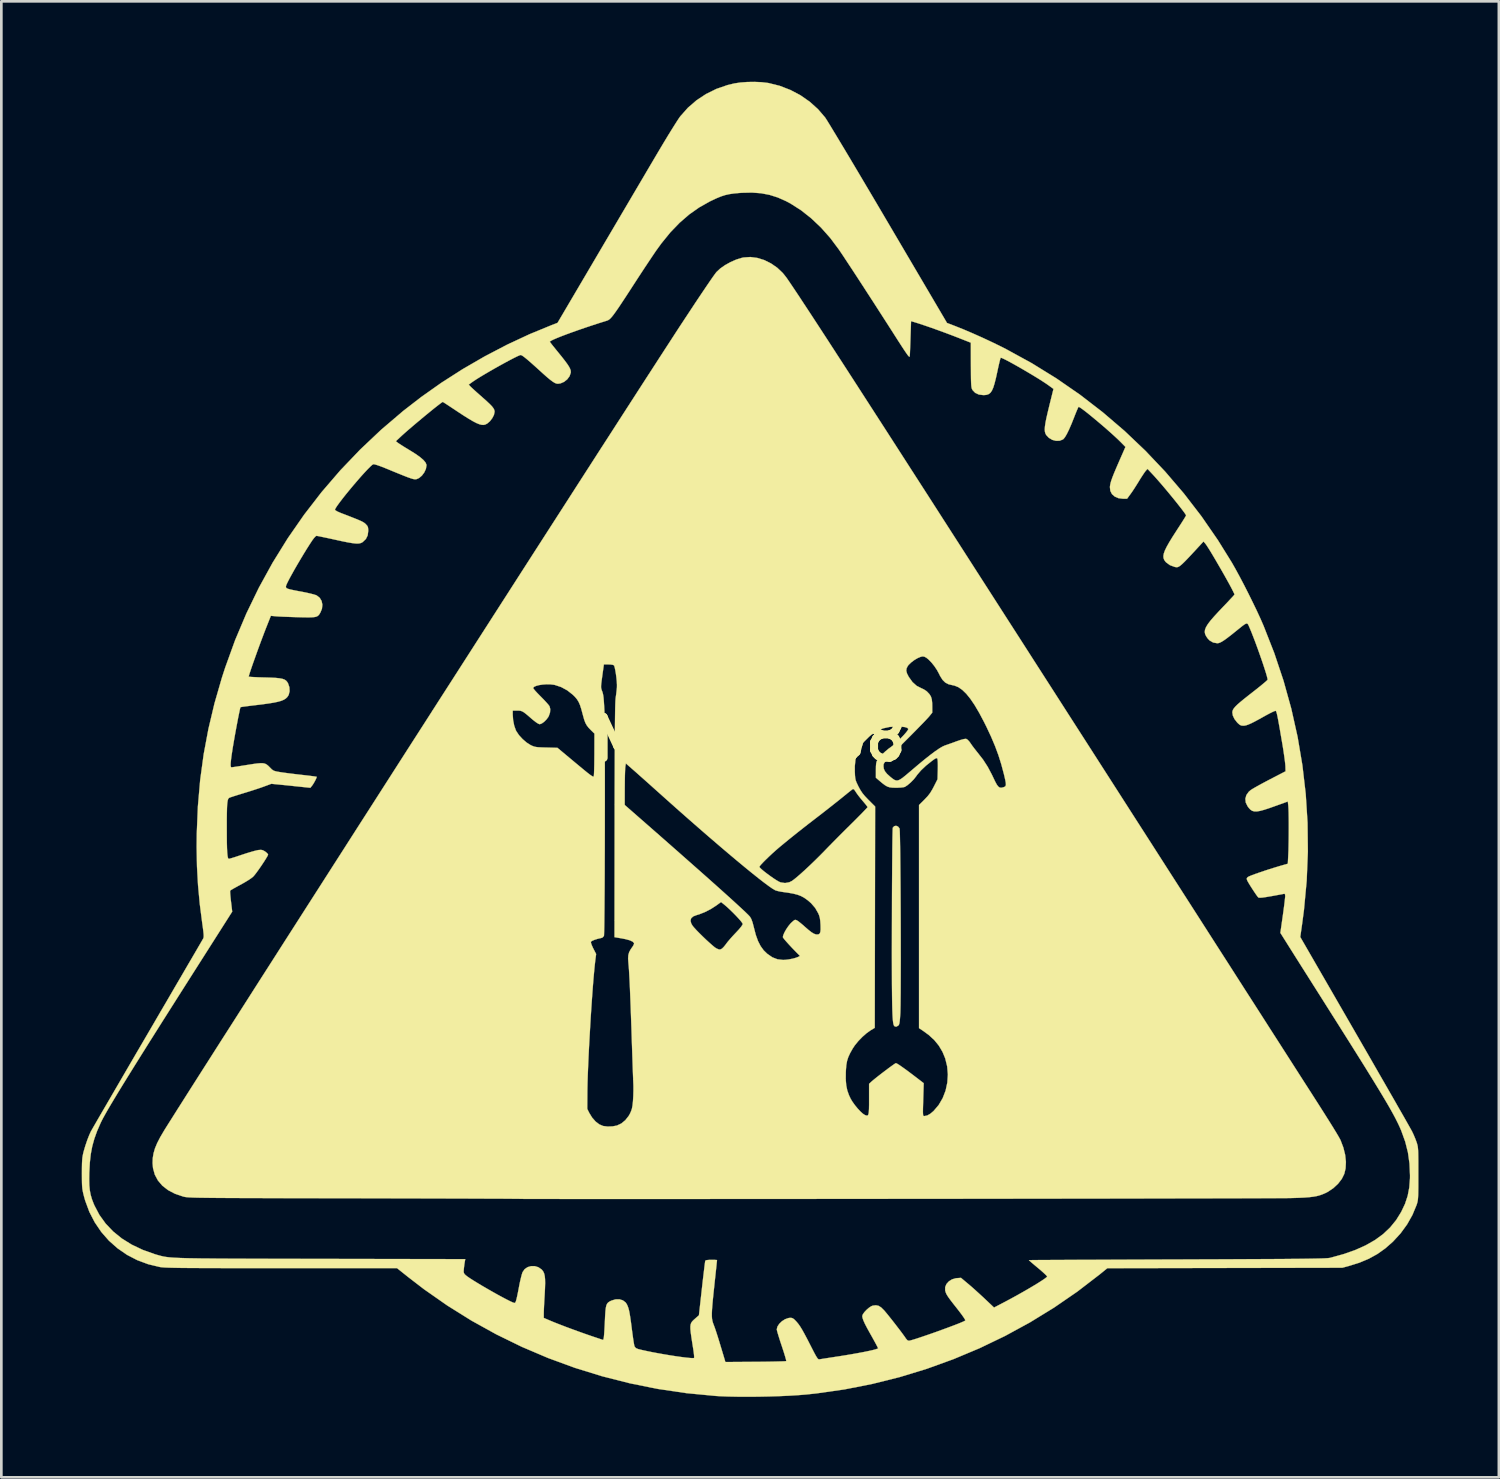
<source format=kicad_pcb>
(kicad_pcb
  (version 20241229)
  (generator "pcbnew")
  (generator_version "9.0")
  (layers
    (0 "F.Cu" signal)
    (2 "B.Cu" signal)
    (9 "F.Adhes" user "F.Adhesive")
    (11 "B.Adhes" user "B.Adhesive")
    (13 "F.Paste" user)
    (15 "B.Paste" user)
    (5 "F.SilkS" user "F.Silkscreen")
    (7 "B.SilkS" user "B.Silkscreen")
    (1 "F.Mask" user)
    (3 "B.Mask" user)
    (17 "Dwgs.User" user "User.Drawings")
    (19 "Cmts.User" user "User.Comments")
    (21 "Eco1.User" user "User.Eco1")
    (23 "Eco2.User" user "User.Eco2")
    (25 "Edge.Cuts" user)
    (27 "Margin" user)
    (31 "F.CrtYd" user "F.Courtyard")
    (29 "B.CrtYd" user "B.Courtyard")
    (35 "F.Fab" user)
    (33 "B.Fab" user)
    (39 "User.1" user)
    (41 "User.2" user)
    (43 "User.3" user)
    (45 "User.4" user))
  (footprint "MA_LOGO8"
    (layer "F.Cu")
    (at 24.911 24.53)
    (property "Reference" "MA_LOGO8" (at 0 0 0) (layer "F.SilkS") (effects (font (size 1.524 1.524) (thickness 0.3))))
    (attr through_hole)
    (fp_poly (pts (xy 5.538 3.253) (xy 5.592 3.319) (xy 5.596 3.327) (xy 5.6 3.365) (xy 5.605 3.456) (xy 5.609 3.594) (xy 5.613 3.777) (xy 5.617 3.999) (xy 5.621 4.256) (xy 5.624 4.544) (xy 5.627 4.858) (xy 5.63 5.196) (xy 5.633 5.551) (xy 5.635 5.921) (xy 5.637 6.301) (xy 5.639 6.686) (xy 5.64 7.073) (xy 5.641 7.456) (xy 5.641 7.833) (xy 5.642 8.198) (xy 5.641 8.548) (xy 5.64 8.878) (xy 5.639 9.183) (xy 5.638 9.461) (xy 5.635 9.706) (xy 5.633 9.914) (xy 5.629 10.081) (xy 5.626 10.203) (xy 5.623 10.252) (xy 5.612 10.411) (xy 5.601 10.523) (xy 5.589 10.598) (xy 5.574 10.645) (xy 5.553 10.673) (xy 5.544 10.681) (xy 5.473 10.72) (xy 5.418 10.709) (xy 5.393 10.685) (xy 5.38 10.661) (xy 5.368 10.622) (xy 5.357 10.565) (xy 5.348 10.487) (xy 5.34 10.386) (xy 5.333 10.258) (xy 5.327 10.102) (xy 5.322 9.914) (xy 5.318 9.693) (xy 5.315 9.435) (xy 5.312 9.137) (xy 5.311 8.798) (xy 5.31 8.414) (xy 5.309 7.983) (xy 5.31 7.502) (xy 5.311 6.969) (xy 5.312 6.66) (xy 5.313 6.232) (xy 5.314 5.818) (xy 5.316 5.424) (xy 5.319 5.052) (xy 5.321 4.706) (xy 5.324 4.389) (xy 5.326 4.106) (xy 5.329 3.859) (xy 5.332 3.652) (xy 5.336 3.489) (xy 5.339 3.374) (xy 5.342 3.309) (xy 5.344 3.296) (xy 5.397 3.239) (xy 5.467 3.225) (xy 5.538 3.253)) (stroke (width 0.01) (type solid)) (fill yes) (layer "F.SilkS"))
    (fp_poly (pts (xy 0.291 -17.958) (xy 0.55 -17.878) (xy 0.799 -17.754) (xy 1.033 -17.592) (xy 1.241 -17.395) (xy 1.379 -17.221) (xy 1.465 -17.096) (xy 1.572 -16.938) (xy 1.701 -16.745) (xy 1.853 -16.517) (xy 2.027 -16.252) (xy 2.225 -15.951) (xy 2.447 -15.612) (xy 2.693 -15.235) (xy 2.964 -14.818) (xy 3.26 -14.361) (xy 3.582 -13.864) (xy 3.931 -13.324) (xy 4.306 -12.743) (xy 4.709 -12.118) (xy 5.14 -11.45) (xy 5.599 -10.737) (xy 6.087 -9.978) (xy 6.605 -9.174) (xy 7.041 -8.495) (xy 7.493 -7.791) (xy 7.974 -7.043) (xy 8.479 -6.256) (xy 9.008 -5.433) (xy 9.556 -4.579) (xy 10.123 -3.697) (xy 10.704 -2.791) (xy 11.299 -1.865) (xy 11.903 -0.923) (xy 12.515 0.03) (xy 13.132 0.992) (xy 13.751 1.957) (xy 14.37 2.923) (xy 14.987 3.884) (xy 15.598 4.838) (xy 16.202 5.779) (xy 16.796 6.705) (xy 17.376 7.611) (xy 17.942 8.493) (xy 18.489 9.348) (xy 18.965 10.089) (xy 19.189 10.439) (xy 19.406 10.779) (xy 19.615 11.104) (xy 19.813 11.413) (xy 19.997 11.7) (xy 20.166 11.964) (xy 20.318 12.201) (xy 20.45 12.407) (xy 20.56 12.579) (xy 20.646 12.713) (xy 20.706 12.807) (xy 20.737 12.855) (xy 20.994 13.255) (xy 21.225 13.616) (xy 21.429 13.937) (xy 21.606 14.218) (xy 21.755 14.456) (xy 21.875 14.652) (xy 21.965 14.804) (xy 22.025 14.911) (xy 22.049 14.958) (xy 22.152 15.23) (xy 22.219 15.501) (xy 22.247 15.763) (xy 22.235 16.006) (xy 22.187 16.209) (xy 22.094 16.397) (xy 21.955 16.578) (xy 21.78 16.741) (xy 21.58 16.876) (xy 21.489 16.923) (xy 21.38 16.97) (xy 21.272 17.009) (xy 21.158 17.039) (xy 21.029 17.062) (xy 20.877 17.08) (xy 20.694 17.094) (xy 20.473 17.104) (xy 20.204 17.112) (xy 20.151 17.113) (xy 20.078 17.114) (xy 19.952 17.115) (xy 19.775 17.116) (xy 19.549 17.117) (xy 19.276 17.118) (xy 18.957 17.12) (xy 18.596 17.121) (xy 18.194 17.122) (xy 17.753 17.123) (xy 17.276 17.124) (xy 16.763 17.125) (xy 16.219 17.126) (xy 15.644 17.127) (xy 15.04 17.128) (xy 14.41 17.13) (xy 13.756 17.131) (xy 13.08 17.132) (xy 12.383 17.133) (xy 11.669 17.134) (xy 10.938 17.135) (xy 10.194 17.136) (xy 9.438 17.137) (xy 8.672 17.138) (xy 7.899 17.139) (xy 7.12 17.139) (xy 6.337 17.14) (xy 5.553 17.141) (xy 4.77 17.142) (xy 3.989 17.143) (xy 3.214 17.143) (xy 2.445 17.144) (xy 1.685 17.144) (xy 0.936 17.145) (xy 0.2 17.146) (xy -0.52 17.146) (xy -1.224 17.146) (xy -1.908 17.147) (xy -2.57 17.147) (xy -3.209 17.147) (xy -3.823 17.147) (xy -4.409 17.147) (xy -4.965 17.147) (xy -5.489 17.147) (xy -5.98 17.147) (xy -6.435 17.147) (xy -6.851 17.147) (xy -7.228 17.146) (xy -7.562 17.146) (xy -7.852 17.146) (xy -8.096 17.145) (xy -8.292 17.144) (xy -8.437 17.144) (xy -8.529 17.143) (xy -8.565 17.142) (xy -8.61 17.141) (xy -8.708 17.14) (xy -8.857 17.139) (xy -9.054 17.137) (xy -9.298 17.136) (xy -9.584 17.135) (xy -9.911 17.134) (xy -10.275 17.132) (xy -10.675 17.131) (xy -11.107 17.13) (xy -11.569 17.128) (xy -12.058 17.127) (xy -12.572 17.126) (xy -13.107 17.125) (xy -13.661 17.123) (xy -14.232 17.122) (xy -14.817 17.121) (xy -14.831 17.121) (xy -15.522 17.12) (xy -16.158 17.119) (xy -16.743 17.118) (xy -17.278 17.117) (xy -17.766 17.115) (xy -18.209 17.114) (xy -18.609 17.113) (xy -18.969 17.112) (xy -19.291 17.11) (xy -19.577 17.109) (xy -19.83 17.107) (xy -20.051 17.106) (xy -20.244 17.103) (xy -20.409 17.101) (xy -20.551 17.099) (xy -20.671 17.096) (xy -20.77 17.093) (xy -20.853 17.089) (xy -20.92 17.086) (xy -20.974 17.081) (xy -21.018 17.077) (xy -21.054 17.072) (xy -21.084 17.066) (xy -21.11 17.06) (xy -21.134 17.054) (xy -21.138 17.053) (xy -21.438 16.95) (xy -21.694 16.815) (xy -21.905 16.651) (xy -22.069 16.458) (xy -22.186 16.24) (xy -22.253 15.996) (xy -22.269 15.809) (xy -22.263 15.626) (xy -22.234 15.446) (xy -22.18 15.26) (xy -22.097 15.06) (xy -21.982 14.838) (xy -21.832 14.584) (xy -21.801 14.533) (xy -21.679 14.339) (xy -21.527 14.099) (xy -21.348 13.815) (xy -21.33 13.787) (xy -6.054 13.787) (xy -5.976 13.942) (xy -5.87 14.114) (xy -5.743 14.258) (xy -5.604 14.364) (xy -5.465 14.423) (xy -5.294 14.445) (xy -5.108 14.438) (xy -4.948 14.408) (xy -4.784 14.331) (xy -4.634 14.208) (xy -4.508 14.048) (xy -4.459 13.96) (xy -4.417 13.865) (xy -4.387 13.773) (xy -4.367 13.666) (xy -4.351 13.526) (xy -4.347 13.475) (xy -4.337 13.305) (xy -4.332 13.114) (xy -4.332 12.934) (xy -4.334 12.869) (xy -4.338 12.778) (xy -4.341 12.692) (xy 3.589 12.692) (xy 3.607 12.907) (xy 3.646 13.097) (xy 3.71 13.277) (xy 3.771 13.406) (xy 3.841 13.523) (xy 3.932 13.649) (xy 4.034 13.773) (xy 4.137 13.883) (xy 4.23 13.967) (xy 4.302 14.014) (xy 4.352 14.032) (xy 4.39 14.036) (xy 4.418 14.021) (xy 4.437 13.978) (xy 4.449 13.904) (xy 4.456 13.791) (xy 4.459 13.634) (xy 4.459 13.427) (xy 4.459 12.852) (xy 4.537 12.779) (xy 4.601 12.723) (xy 4.694 12.647) (xy 4.807 12.557) (xy 4.932 12.46) (xy 5.06 12.363) (xy 5.183 12.27) (xy 5.293 12.19) (xy 5.382 12.127) (xy 5.441 12.088) (xy 5.461 12.079) (xy 5.502 12.097) (xy 5.585 12.148) (xy 5.707 12.233) (xy 5.866 12.347) (xy 6.058 12.491) (xy 6.221 12.615) (xy 6.497 12.827) (xy 6.479 13.441) (xy 6.473 13.642) (xy 6.469 13.793) (xy 6.468 13.902) (xy 6.471 13.976) (xy 6.476 14.021) (xy 6.486 14.044) (xy 6.5 14.053) (xy 6.516 14.055) (xy 6.63 14.032) (xy 6.751 13.962) (xy 6.867 13.863) (xy 7.057 13.639) (xy 7.206 13.383) (xy 7.314 13.103) (xy 7.378 12.806) (xy 7.398 12.502) (xy 7.372 12.198) (xy 7.299 11.901) (xy 7.199 11.659) (xy 7.061 11.426) (xy 6.893 11.22) (xy 6.687 11.03) (xy 6.47 10.872) (xy 6.322 10.773) (xy 6.322 2.451) (xy 6.527 2.247) (xy 6.645 2.122) (xy 6.738 2.002) (xy 6.822 1.863) (xy 6.873 1.767) (xy 7.013 1.49) (xy 7.023 1.128) (xy 7.025 0.988) (xy 7.023 0.865) (xy 7.017 0.772) (xy 7.008 0.723) (xy 7.007 0.721) (xy 6.988 0.702) (xy 6.958 0.704) (xy 6.905 0.733) (xy 6.821 0.792) (xy 6.8 0.808) (xy 6.583 0.981) (xy 6.398 1.156) (xy 6.254 1.323) (xy 6.218 1.375) (xy 6.127 1.491) (xy 6.012 1.608) (xy 5.892 1.71) (xy 5.794 1.774) (xy 5.74 1.788) (xy 5.645 1.799) (xy 5.527 1.805) (xy 5.47 1.806) (xy 5.335 1.803) (xy 5.23 1.791) (xy 5.141 1.762) (xy 5.052 1.711) (xy 4.948 1.632) (xy 4.861 1.559) (xy 4.713 1.432) (xy 4.713 1.147) (xy 4.715 1.004) (xy 4.716 0.995) (xy 4.996 0.995) (xy 5.008 1.098) (xy 5.05 1.191) (xy 5.128 1.288) (xy 5.25 1.398) (xy 5.253 1.401) (xy 5.337 1.468) (xy 5.407 1.514) (xy 5.47 1.536) (xy 5.535 1.533) (xy 5.61 1.502) (xy 5.702 1.441) (xy 5.82 1.347) (xy 5.971 1.219) (xy 6.002 1.193) (xy 6.287 0.951) (xy 6.535 0.746) (xy 6.748 0.578) (xy 6.927 0.444) (xy 7.076 0.342) (xy 7.196 0.271) (xy 7.291 0.228) (xy 7.3 0.226) (xy 7.371 0.201) (xy 7.479 0.163) (xy 7.608 0.117) (xy 7.712 0.078) (xy 7.873 0.023) (xy 7.994 -0.01) (xy 8.071 -0.019) (xy 8.083 -0.017) (xy 8.139 0.018) (xy 8.206 0.092) (xy 8.243 0.145) (xy 8.306 0.236) (xy 8.391 0.349) (xy 8.481 0.463) (xy 8.504 0.491) (xy 8.711 0.756) (xy 8.884 1.024) (xy 9.04 1.318) (xy 9.084 1.411) (xy 9.161 1.572) (xy 9.223 1.687) (xy 9.277 1.76) (xy 9.33 1.798) (xy 9.388 1.807) (xy 9.457 1.792) (xy 9.495 1.779) (xy 9.531 1.761) (xy 9.554 1.733) (xy 9.563 1.689) (xy 9.558 1.619) (xy 9.539 1.515) (xy 9.506 1.369) (xy 9.485 1.283) (xy 9.39 0.927) (xy 9.283 0.587) (xy 9.158 0.25) (xy 9.011 -0.098) (xy 8.836 -0.471) (xy 8.747 -0.649) (xy 8.567 -0.989) (xy 8.398 -1.276) (xy 8.238 -1.512) (xy 8.085 -1.701) (xy 7.937 -1.844) (xy 7.791 -1.945) (xy 7.647 -2.004) (xy 7.575 -2.019) (xy 7.423 -2.055) (xy 7.301 -2.119) (xy 7.2 -2.219) (xy 7.109 -2.363) (xy 7.071 -2.441) (xy 6.993 -2.585) (xy 6.894 -2.733) (xy 6.784 -2.869) (xy 6.675 -2.981) (xy 6.59 -3.048) (xy 6.515 -3.086) (xy 6.449 -3.092) (xy 6.385 -3.078) (xy 6.274 -3.032) (xy 6.148 -2.958) (xy 6.028 -2.867) (xy 5.934 -2.776) (xy 5.906 -2.74) (xy 5.859 -2.649) (xy 5.847 -2.56) (xy 5.873 -2.459) (xy 5.937 -2.333) (xy 5.941 -2.327) (xy 6.079 -2.135) (xy 6.235 -1.995) (xy 6.396 -1.913) (xy 6.499 -1.865) (xy 6.596 -1.802) (xy 6.625 -1.777) (xy 6.711 -1.686) (xy 6.767 -1.595) (xy 6.799 -1.49) (xy 6.813 -1.354) (xy 6.815 -1.253) (xy 6.816 -0.997) (xy 6.704 -0.858) (xy 6.66 -0.808) (xy 6.58 -0.722) (xy 6.471 -0.608) (xy 6.336 -0.47) (xy 6.182 -0.312) (xy 6.013 -0.141) (xy 5.834 0.038) (xy 5.794 0.078) (xy 5.595 0.277) (xy 5.432 0.441) (xy 5.301 0.573) (xy 5.2 0.677) (xy 5.124 0.759) (xy 5.069 0.822) (xy 5.033 0.87) (xy 5.011 0.907) (xy 5 0.938) (xy 4.996 0.967) (xy 4.996 0.995) (xy 4.716 0.995) (xy 4.723 0.904) (xy 4.739 0.833) (xy 4.764 0.779) (xy 4.766 0.776) (xy 4.838 0.68) (xy 4.942 0.567) (xy 5.063 0.453) (xy 5.186 0.35) (xy 5.257 0.3) (xy 5.342 0.235) (xy 5.444 0.149) (xy 5.552 0.048) (xy 5.659 -0.058) (xy 5.758 -0.162) (xy 5.84 -0.256) (xy 5.897 -0.331) (xy 5.921 -0.379) (xy 5.922 -0.386) (xy 5.887 -0.427) (xy 5.799 -0.456) (xy 5.658 -0.473) (xy 5.503 -0.478) (xy 5.224 -0.462) (xy 4.977 -0.408) (xy 4.753 -0.31) (xy 4.54 -0.166) (xy 4.463 -0.101) (xy 4.268 0.093) (xy 4.121 0.289) (xy 4.017 0.499) (xy 3.954 0.732) (xy 3.927 0.997) (xy 3.927 1.204) (xy 3.933 1.342) (xy 3.942 1.442) (xy 3.959 1.524) (xy 3.989 1.605) (xy 4.036 1.704) (xy 4.064 1.762) (xy 4.136 1.893) (xy 4.21 2.006) (xy 4.301 2.117) (xy 4.422 2.244) (xy 4.438 2.26) (xy 4.685 2.507) (xy 4.678 6.635) (xy 4.671 10.763) (xy 4.516 10.855) (xy 4.368 10.96) (xy 4.21 11.099) (xy 4.057 11.257) (xy 3.925 11.419) (xy 3.85 11.532) (xy 3.753 11.704) (xy 3.684 11.853) (xy 3.638 11.997) (xy 3.61 12.153) (xy 3.595 12.34) (xy 3.591 12.438) (xy 3.589 12.692) (xy -4.341 12.692) (xy -4.343 12.638) (xy -4.35 12.457) (xy -4.358 12.241) (xy -4.366 11.999) (xy -4.375 11.738) (xy -4.384 11.465) (xy -4.39 11.289) (xy -4.406 10.785) (xy -4.422 10.336) (xy -4.436 9.937) (xy -4.45 9.587) (xy -4.462 9.283) (xy -4.474 9.022) (xy -4.486 8.802) (xy -4.496 8.62) (xy -4.507 8.473) (xy -4.517 8.359) (xy -4.518 8.347) (xy -4.53 8.18) (xy -4.522 8.05) (xy -4.491 7.939) (xy -4.431 7.83) (xy -4.365 7.737) (xy -4.324 7.669) (xy -4.308 7.614) (xy -4.309 7.602) (xy -4.359 7.548) (xy -4.464 7.498) (xy -4.625 7.454) (xy -4.768 7.426) (xy -5.038 7.38) (xy -5.037 6.766) (xy -2.203 6.766) (xy -2.173 6.874) (xy -2.121 6.96) (xy -2.062 7.03) (xy -1.974 7.126) (xy -1.865 7.237) (xy -1.743 7.357) (xy -1.618 7.477) (xy -1.496 7.588) (xy -1.388 7.684) (xy -1.301 7.756) (xy -1.244 7.795) (xy -1.242 7.796) (xy -1.16 7.833) (xy -1.105 7.842) (xy -1.056 7.824) (xy -1.023 7.802) (xy -0.972 7.754) (xy -0.909 7.679) (xy -0.87 7.626) (xy -0.815 7.554) (xy -0.731 7.455) (xy -0.63 7.341) (xy -0.522 7.226) (xy -0.517 7.221) (xy -0.395 7.09) (xy -0.31 6.987) (xy -0.263 6.915) (xy -0.254 6.887) (xy -0.274 6.847) (xy -0.327 6.777) (xy -0.408 6.685) (xy -0.507 6.578) (xy -0.618 6.465) (xy -0.733 6.353) (xy -0.844 6.25) (xy -0.944 6.165) (xy -0.958 6.154) (xy -1.063 6.07) (xy -1.246 6.203) (xy -1.443 6.33) (xy -1.66 6.442) (xy -1.875 6.527) (xy -1.973 6.556) (xy -2.102 6.606) (xy -2.179 6.677) (xy -2.203 6.766) (xy -5.037 6.766) (xy -5.033 3.034) (xy -5.033 2.448) (xy -4.657 2.448) (xy -3.662 3.319) (xy -3.173 3.748) (xy -2.715 4.151) (xy -2.289 4.527) (xy -1.895 4.875) (xy -1.535 5.194) (xy -1.21 5.484) (xy -0.92 5.744) (xy -0.667 5.972) (xy -0.452 6.169) (xy -0.275 6.332) (xy -0.138 6.461) (xy -0.042 6.555) (xy 0.013 6.614) (xy 0.018 6.621) (xy 0.068 6.708) (xy 0.114 6.836) (xy 0.16 7.014) (xy 0.161 7.018) (xy 0.233 7.295) (xy 0.316 7.525) (xy 0.413 7.714) (xy 0.528 7.872) (xy 0.666 8.005) (xy 0.668 8.006) (xy 0.852 8.132) (xy 1.041 8.205) (xy 1.245 8.229) (xy 1.326 8.227) (xy 1.464 8.21) (xy 1.61 8.182) (xy 1.716 8.153) (xy 1.803 8.121) (xy 1.86 8.093) (xy 1.876 8.076) (xy 1.876 8.076) (xy 1.731 7.929) (xy 1.594 7.788) (xy 1.473 7.658) (xy 1.372 7.546) (xy 1.296 7.458) (xy 1.252 7.398) (xy 1.242 7.377) (xy 1.259 7.303) (xy 1.304 7.2) (xy 1.369 7.085) (xy 1.446 6.972) (xy 1.524 6.876) (xy 1.556 6.843) (xy 1.63 6.776) (xy 1.679 6.741) (xy 1.715 6.734) (xy 1.755 6.748) (xy 1.771 6.756) (xy 1.825 6.792) (xy 1.907 6.857) (xy 2.004 6.938) (xy 2.057 6.986) (xy 2.199 7.109) (xy 2.309 7.195) (xy 2.397 7.249) (xy 2.47 7.276) (xy 2.515 7.281) (xy 2.577 7.274) (xy 2.618 7.245) (xy 2.641 7.187) (xy 2.651 7.091) (xy 2.649 6.948) (xy 2.648 6.922) (xy 2.638 6.772) (xy 2.622 6.66) (xy 2.595 6.566) (xy 2.564 6.491) (xy 2.448 6.289) (xy 2.297 6.114) (xy 2.177 6.009) (xy 2.055 5.921) (xy 1.931 5.851) (xy 1.795 5.798) (xy 1.632 5.756) (xy 1.433 5.721) (xy 1.287 5.701) (xy 1.162 5.682) (xy 1.049 5.658) (xy 0.966 5.633) (xy 0.949 5.625) (xy 0.85 5.566) (xy 0.712 5.47) (xy 0.537 5.34) (xy 0.328 5.178) (xy 0.087 4.985) (xy -0.185 4.763) (xy -0.193 4.756) (xy 0.367 4.756) (xy 0.389 4.79) (xy 0.449 4.848) (xy 0.538 4.923) (xy 0.647 5.007) (xy 0.765 5.094) (xy 0.884 5.178) (xy 0.994 5.25) (xy 1.086 5.304) (xy 1.151 5.334) (xy 1.153 5.335) (xy 1.324 5.361) (xy 1.483 5.332) (xy 1.583 5.282) (xy 1.666 5.221) (xy 1.782 5.126) (xy 1.924 5.002) (xy 2.086 4.855) (xy 2.26 4.692) (xy 2.441 4.518) (xy 2.621 4.34) (xy 2.795 4.163) (xy 2.822 4.135) (xy 2.947 4.006) (xy 3.102 3.848) (xy 3.278 3.67) (xy 3.463 3.484) (xy 3.649 3.299) (xy 3.803 3.147) (xy 3.954 2.997) (xy 4.091 2.859) (xy 4.209 2.739) (xy 4.303 2.641) (xy 4.369 2.571) (xy 4.401 2.534) (xy 4.403 2.529) (xy 4.385 2.499) (xy 4.338 2.436) (xy 4.269 2.353) (xy 4.22 2.296) (xy 4.131 2.189) (xy 4.047 2.082) (xy 3.982 1.99) (xy 3.963 1.961) (xy 3.909 1.881) (xy 3.867 1.853) (xy 3.852 1.856) (xy 3.818 1.88) (xy 3.749 1.934) (xy 3.653 2.01) (xy 3.539 2.103) (xy 3.466 2.162) (xy 3.34 2.264) (xy 3.18 2.391) (xy 3 2.533) (xy 2.811 2.681) (xy 2.626 2.825) (xy 2.554 2.88) (xy 2.148 3.193) (xy 1.778 3.484) (xy 1.447 3.75) (xy 1.158 3.988) (xy 1.084 4.05) (xy 0.962 4.156) (xy 0.834 4.271) (xy 0.71 4.388) (xy 0.595 4.5) (xy 0.496 4.6) (xy 0.421 4.681) (xy 0.376 4.737) (xy 0.367 4.756) (xy -0.193 4.756) (xy -0.484 4.515) (xy -0.809 4.242) (xy -1.156 3.946) (xy -1.525 3.629) (xy -1.912 3.293) (xy -2.315 2.94) (xy -2.732 2.572) (xy -3.16 2.19) (xy -3.398 1.977) (xy -3.576 1.818) (xy -3.755 1.657) (xy -3.928 1.503) (xy -4.085 1.364) (xy -4.218 1.245) (xy -4.319 1.156) (xy -4.329 1.148) (xy -4.614 0.898) (xy -4.633 1.021) (xy -4.639 1.084) (xy -4.644 1.194) (xy -4.649 1.341) (xy -4.652 1.514) (xy -4.654 1.704) (xy -4.655 1.795) (xy -4.657 2.448) (xy -5.033 2.448) (xy -5.033 2.409) (xy -5.032 1.839) (xy -5.03 1.321) (xy -5.029 0.854) (xy -5.028 0.435) (xy -5.026 0.062) (xy -5.024 -0.266) (xy -5.021 -0.552) (xy -5.018 -0.798) (xy -5.015 -1.005) (xy -5.012 -1.176) (xy -5.008 -1.313) (xy -5.004 -1.418) (xy -4.999 -1.493) (xy -4.995 -1.538) (xy -4.976 -1.676) (xy -4.959 -1.82) (xy -4.947 -1.939) (xy -4.947 -1.94) (xy -4.946 -2.036) (xy -4.953 -2.16) (xy -4.967 -2.3) (xy -4.985 -2.442) (xy -5.007 -2.572) (xy -5.029 -2.678) (xy -5.05 -2.745) (xy -5.058 -2.759) (xy -5.104 -2.78) (xy -5.193 -2.792) (xy -5.261 -2.794) (xy -5.434 -2.794) (xy -5.494 -2.364) (xy -5.516 -2.2) (xy -5.531 -2.081) (xy -5.538 -1.996) (xy -5.538 -1.934) (xy -5.53 -1.885) (xy -5.515 -1.836) (xy -5.498 -1.792) (xy -5.477 -1.73) (xy -5.46 -1.653) (xy -5.446 -1.553) (xy -5.435 -1.421) (xy -5.424 -1.248) (xy -5.415 -1.072) (xy -5.411 -0.975) (xy -5.408 -0.83) (xy -5.406 -0.64) (xy -5.404 -0.41) (xy -5.402 -0.143) (xy -5.4 0.157) (xy -5.399 0.486) (xy -5.398 0.841) (xy -5.397 1.216) (xy -5.397 1.61) (xy -5.397 2.017) (xy -5.397 2.434) (xy -5.398 2.857) (xy -5.398 3.282) (xy -5.399 3.706) (xy -5.4 4.125) (xy -5.402 4.534) (xy -5.403 4.93) (xy -5.405 5.309) (xy -5.407 5.667) (xy -5.41 6.001) (xy -5.412 6.306) (xy -5.415 6.579) (xy -5.417 6.816) (xy -5.42 7.013) (xy -5.424 7.166) (xy -5.427 7.271) (xy -5.43 7.325) (xy -5.431 7.331) (xy -5.477 7.388) (xy -5.528 7.41) (xy -5.663 7.441) (xy -5.78 7.478) (xy -5.868 7.515) (xy -5.915 7.548) (xy -5.918 7.554) (xy -5.914 7.598) (xy -5.887 7.676) (xy -5.843 7.774) (xy -5.829 7.803) (xy -5.723 8.009) (xy -5.754 8.245) (xy -5.775 8.431) (xy -5.798 8.667) (xy -5.823 8.945) (xy -5.848 9.259) (xy -5.873 9.601) (xy -5.898 9.965) (xy -5.923 10.343) (xy -5.946 10.729) (xy -5.968 11.116) (xy -5.989 11.496) (xy -6.007 11.864) (xy -6.022 12.21) (xy -6.035 12.53) (xy -6.044 12.816) (xy -6.049 13.06) (xy -6.05 13.137) (xy -6.054 13.787) (xy -21.33 13.787) (xy -21.141 13.489) (xy -20.909 13.123) (xy -20.652 12.719) (xy -20.371 12.278) (xy -20.068 11.803) (xy -19.744 11.294) (xy -19.399 10.755) (xy -19.036 10.187) (xy -18.656 9.591) (xy -18.259 8.969) (xy -17.846 8.324) (xy -17.42 7.657) (xy -16.98 6.97) (xy -16.529 6.265) (xy -16.067 5.544) (xy -15.596 4.808) (xy -15.116 4.059) (xy -14.63 3.299) (xy -14.137 2.531) (xy -13.64 1.755) (xy -13.139 0.973) (xy -12.636 0.188) (xy -12.131 -0.598) (xy -11.827 -1.072) (xy -8.834 -1.072) (xy -8.834 -0.922) (xy -8.819 -0.712) (xy -8.779 -0.511) (xy -8.718 -0.339) (xy -8.7 -0.304) (xy -8.6 -0.155) (xy -8.465 -0.008) (xy -8.315 0.121) (xy -8.167 0.215) (xy -8.165 0.216) (xy -8.097 0.247) (xy -8.036 0.27) (xy -7.968 0.285) (xy -7.883 0.295) (xy -7.767 0.301) (xy -7.608 0.306) (xy -7.584 0.306) (xy -7.166 0.317) (xy -6.497 0.875) (xy -6.308 1.032) (xy -6.158 1.156) (xy -6.042 1.25) (xy -5.955 1.317) (xy -5.893 1.36) (xy -5.852 1.384) (xy -5.827 1.39) (xy -5.814 1.382) (xy -5.81 1.373) (xy -5.805 1.329) (xy -5.8 1.237) (xy -5.796 1.105) (xy -5.792 0.941) (xy -5.79 0.752) (xy -5.788 0.549) (xy -5.786 -0.214) (xy -5.914 -0.34) (xy -6.005 -0.434) (xy -6.072 -0.521) (xy -6.124 -0.615) (xy -6.168 -0.732) (xy -6.211 -0.886) (xy -6.223 -0.931) (xy -6.275 -1.125) (xy -6.323 -1.275) (xy -6.374 -1.392) (xy -6.434 -1.49) (xy -6.508 -1.58) (xy -6.592 -1.663) (xy -6.799 -1.826) (xy -7.027 -1.95) (xy -7.262 -2.028) (xy -7.301 -2.036) (xy -7.432 -2.051) (xy -7.574 -2.053) (xy -7.717 -2.043) (xy -7.849 -2.023) (xy -7.959 -1.994) (xy -8.037 -1.959) (xy -8.071 -1.919) (xy -8.072 -1.913) (xy -8.052 -1.881) (xy -8 -1.817) (xy -7.921 -1.731) (xy -7.824 -1.631) (xy -7.787 -1.594) (xy -7.68 -1.485) (xy -7.586 -1.384) (xy -7.511 -1.3) (xy -7.467 -1.242) (xy -7.461 -1.232) (xy -7.434 -1.128) (xy -7.443 -1.002) (xy -7.487 -0.873) (xy -7.511 -0.827) (xy -7.581 -0.735) (xy -7.665 -0.652) (xy -7.751 -0.591) (xy -7.823 -0.565) (xy -7.829 -0.564) (xy -7.885 -0.585) (xy -7.974 -0.643) (xy -8.091 -0.735) (xy -8.132 -0.77) (xy -8.262 -0.883) (xy -8.359 -0.963) (xy -8.433 -1.017) (xy -8.494 -1.049) (xy -8.55 -1.066) (xy -8.612 -1.072) (xy -8.671 -1.072) (xy -8.834 -1.072) (xy -11.827 -1.072) (xy -11.627 -1.385) (xy -11.123 -2.169) (xy -10.622 -2.95) (xy -10.124 -3.726) (xy -9.631 -4.494) (xy -9.144 -5.252) (xy -8.664 -6) (xy -8.192 -6.735) (xy -7.729 -7.455) (xy -7.277 -8.158) (xy -6.836 -8.843) (xy -6.409 -9.508) (xy -5.995 -10.151) (xy -5.597 -10.77) (xy -5.214 -11.363) (xy -4.85 -11.929) (xy -4.504 -12.465) (xy -4.178 -12.971) (xy -3.873 -13.443) (xy -3.59 -13.88) (xy -3.331 -14.281) (xy -3.096 -14.643) (xy -2.887 -14.965) (xy -2.855 -15.014) (xy -2.643 -15.341) (xy -2.435 -15.657) (xy -2.236 -15.959) (xy -2.048 -16.244) (xy -1.873 -16.507) (xy -1.713 -16.745) (xy -1.571 -16.955) (xy -1.45 -17.132) (xy -1.352 -17.273) (xy -1.279 -17.373) (xy -1.235 -17.431) (xy -1.234 -17.432) (xy -1.094 -17.563) (xy -0.913 -17.69) (xy -0.707 -17.804) (xy -0.493 -17.898) (xy -0.284 -17.962) (xy -0.22 -17.975) (xy 0.032 -17.992) (xy 0.291 -17.958)) (stroke (width 0.01) (type solid)) (fill yes) (layer "F.SilkS"))
    (fp_poly (pts (xy 0.447 -24.514) (xy 0.677 -24.487) (xy 0.709 -24.482) (xy 1.126 -24.378) (xy 1.524 -24.224) (xy 1.899 -24.026) (xy 2.245 -23.785) (xy 2.555 -23.506) (xy 2.817 -23.201) (xy 2.849 -23.153) (xy 2.909 -23.058) (xy 2.993 -22.921) (xy 3.101 -22.743) (xy 3.231 -22.528) (xy 3.381 -22.279) (xy 3.55 -21.998) (xy 3.735 -21.688) (xy 3.935 -21.352) (xy 4.148 -20.993) (xy 4.373 -20.613) (xy 4.608 -20.217) (xy 4.851 -19.805) (xy 5.1 -19.382) (xy 5.172 -19.26) (xy 7.366 -15.533) (xy 7.684 -15.411) (xy 7.993 -15.287) (xy 8.335 -15.141) (xy 8.696 -14.98) (xy 9.059 -14.81) (xy 9.411 -14.638) (xy 9.581 -14.551) (xy 10.528 -14.032) (xy 11.444 -13.466) (xy 12.327 -12.856) (xy 13.176 -12.201) (xy 13.99 -11.504) (xy 14.766 -10.766) (xy 15.504 -9.988) (xy 16.202 -9.172) (xy 16.858 -8.32) (xy 17.472 -7.431) (xy 17.994 -6.59) (xy 18.131 -6.348) (xy 18.284 -6.067) (xy 18.446 -5.759) (xy 18.61 -5.436) (xy 18.771 -5.111) (xy 18.923 -4.796) (xy 19.058 -4.504) (xy 19.17 -4.247) (xy 19.175 -4.236) (xy 19.575 -3.216) (xy 19.92 -2.184) (xy 20.21 -1.142) (xy 20.445 -0.09) (xy 20.624 0.971) (xy 20.748 2.038) (xy 20.816 3.112) (xy 20.828 4.19) (xy 20.784 5.272) (xy 20.683 6.357) (xy 20.614 6.883) (xy 20.544 7.374) (xy 22.579 10.9) (xy 22.818 11.315) (xy 23.051 11.718) (xy 23.275 12.108) (xy 23.489 12.481) (xy 23.692 12.833) (xy 23.881 13.163) (xy 24.056 13.467) (xy 24.213 13.743) (xy 24.353 13.986) (xy 24.472 14.195) (xy 24.569 14.367) (xy 24.643 14.498) (xy 24.692 14.586) (xy 24.713 14.624) (xy 24.775 14.756) (xy 24.837 14.904) (xy 24.881 15.022) (xy 24.899 15.077) (xy 24.913 15.128) (xy 24.925 15.182) (xy 24.933 15.246) (xy 24.94 15.326) (xy 24.944 15.43) (xy 24.946 15.563) (xy 24.948 15.733) (xy 24.948 15.946) (xy 24.948 16.2) (xy 24.948 16.461) (xy 24.948 16.672) (xy 24.946 16.841) (xy 24.944 16.973) (xy 24.939 17.076) (xy 24.933 17.155) (xy 24.924 17.219) (xy 24.913 17.273) (xy 24.898 17.324) (xy 24.88 17.378) (xy 24.729 17.741) (xy 24.529 18.096) (xy 24.285 18.43) (xy 24.005 18.735) (xy 23.999 18.741) (xy 23.713 18.992) (xy 23.416 19.202) (xy 23.097 19.378) (xy 22.745 19.525) (xy 22.35 19.648) (xy 22.339 19.651) (xy 22.112 19.712) (xy 13.347 19.729) (xy 13.059 19.963) (xy 12.226 20.603) (xy 11.359 21.199) (xy 10.461 21.75) (xy 9.534 22.255) (xy 8.582 22.713) (xy 7.607 23.122) (xy 6.612 23.482) (xy 5.601 23.791) (xy 4.575 24.047) (xy 3.539 24.251) (xy 2.494 24.4) (xy 2.131 24.439) (xy 1.829 24.464) (xy 1.486 24.485) (xy 1.113 24.502) (xy 0.722 24.514) (xy 0.324 24.522) (xy -0.07 24.525) (xy -0.448 24.523) (xy -0.8 24.516) (xy -1.113 24.504) (xy -1.27 24.494) (xy -2.346 24.391) (xy -3.411 24.234) (xy -4.463 24.023) (xy -5.499 23.76) (xy -6.517 23.445) (xy -7.516 23.079) (xy -8.493 22.663) (xy -9.447 22.197) (xy -10.375 21.683) (xy -11.275 21.121) (xy -12.146 20.512) (xy -12.735 20.059) (xy -13.151 19.727) (xy -17.452 19.727) (xy -18.039 19.727) (xy -18.572 19.727) (xy -19.054 19.727) (xy -19.488 19.726) (xy -19.876 19.725) (xy -20.221 19.724) (xy -20.526 19.723) (xy -20.793 19.722) (xy -21.026 19.72) (xy -21.226 19.718) (xy -21.397 19.715) (xy -21.541 19.712) (xy -21.661 19.709) (xy -21.759 19.705) (xy -21.839 19.701) (xy -21.903 19.696) (xy -21.953 19.691) (xy -21.993 19.685) (xy -21.996 19.685) (xy -22.431 19.581) (xy -22.842 19.428) (xy -23.226 19.229) (xy -23.579 18.985) (xy -23.899 18.701) (xy -24.182 18.378) (xy -24.426 18.019) (xy -24.628 17.628) (xy -24.784 17.206) (xy -24.826 17.056) (xy -24.854 16.946) (xy -24.874 16.853) (xy -24.889 16.764) (xy -24.898 16.666) (xy -24.903 16.549) (xy -24.905 16.418) (xy -24.634 16.418) (xy -24.629 16.635) (xy -24.611 16.822) (xy -24.579 16.991) (xy -24.531 17.156) (xy -24.465 17.328) (xy -24.439 17.388) (xy -24.253 17.742) (xy -24.019 18.066) (xy -23.74 18.359) (xy -23.416 18.621) (xy -23.048 18.85) (xy -22.637 19.045) (xy -22.186 19.206) (xy -22.095 19.233) (xy -22.038 19.249) (xy -21.984 19.264) (xy -21.931 19.277) (xy -21.876 19.29) (xy -21.817 19.301) (xy -21.752 19.311) (xy -21.676 19.32) (xy -21.59 19.329) (xy -21.488 19.336) (xy -21.371 19.342) (xy -21.233 19.348) (xy -21.075 19.353) (xy -20.891 19.358) (xy -20.682 19.361) (xy -20.443 19.365) (xy -20.172 19.367) (xy -19.867 19.37) (xy -19.525 19.372) (xy -19.144 19.373) (xy -18.721 19.375) (xy -18.254 19.376) (xy -17.74 19.378) (xy -17.178 19.379) (xy -16.563 19.38) (xy -15.963 19.381) (xy -10.605 19.391) (xy -10.624 19.496) (xy -10.638 19.587) (xy -10.652 19.7) (xy -10.658 19.756) (xy -10.665 19.848) (xy -10.657 19.906) (xy -10.628 19.952) (xy -10.593 19.986) (xy -10.531 20.036) (xy -10.43 20.105) (xy -10.297 20.19) (xy -10.139 20.287) (xy -9.964 20.392) (xy -9.778 20.5) (xy -9.589 20.608) (xy -9.404 20.712) (xy -9.229 20.807) (xy -9.072 20.89) (xy -8.939 20.957) (xy -8.839 21.003) (xy -8.778 21.024) (xy -8.768 21.026) (xy -8.75 21.02) (xy -8.732 20.998) (xy -8.714 20.953) (xy -8.693 20.879) (xy -8.668 20.77) (xy -8.637 20.619) (xy -8.599 20.42) (xy -8.594 20.391) (xy -8.563 20.237) (xy -8.529 20.092) (xy -8.498 19.972) (xy -8.472 19.889) (xy -8.467 19.877) (xy -8.39 19.765) (xy -8.28 19.69) (xy -8.15 19.652) (xy -8.012 19.652) (xy -7.878 19.693) (xy -7.759 19.774) (xy -7.734 19.801) (xy -7.692 19.859) (xy -7.661 19.93) (xy -7.64 20.021) (xy -7.628 20.138) (xy -7.625 20.29) (xy -7.631 20.483) (xy -7.643 20.725) (xy -7.644 20.741) (xy -7.655 20.92) (xy -7.664 21.091) (xy -7.671 21.242) (xy -7.675 21.36) (xy -7.676 21.425) (xy -7.676 21.583) (xy -7.444 21.683) (xy -7.283 21.75) (xy -7.081 21.829) (xy -6.85 21.918) (xy -6.602 22.01) (xy -6.349 22.102) (xy -6.104 22.189) (xy -5.878 22.267) (xy -5.87 22.27) (xy -5.461 22.407) (xy -5.441 22.344) (xy -5.434 22.298) (xy -5.425 22.204) (xy -5.416 22.074) (xy -5.407 21.916) (xy -5.398 21.741) (xy -5.397 21.713) (xy -5.387 21.499) (xy -5.376 21.334) (xy -5.362 21.21) (xy -5.342 21.12) (xy -5.314 21.055) (xy -5.275 21.009) (xy -5.223 20.973) (xy -5.156 20.939) (xy -5.155 20.939) (xy -5.002 20.892) (xy -4.855 20.889) (xy -4.726 20.928) (xy -4.624 21.005) (xy -4.578 21.073) (xy -4.547 21.14) (xy -4.521 21.213) (xy -4.497 21.3) (xy -4.475 21.41) (xy -4.452 21.549) (xy -4.426 21.728) (xy -4.397 21.953) (xy -4.391 22.003) (xy -4.367 22.18) (xy -4.345 22.342) (xy -4.324 22.479) (xy -4.306 22.582) (xy -4.293 22.639) (xy -4.292 22.643) (xy -4.243 22.707) (xy -4.157 22.745) (xy -4.007 22.782) (xy -3.828 22.821) (xy -3.628 22.862) (xy -3.414 22.902) (xy -3.193 22.941) (xy -2.973 22.978) (xy -2.762 23.011) (xy -2.565 23.039) (xy -2.392 23.061) (xy -2.248 23.076) (xy -2.142 23.083) (xy -2.08 23.081) (xy -2.069 23.076) (xy -2.066 23.042) (xy -2.071 22.964) (xy -2.084 22.855) (xy -2.101 22.739) (xy -2.141 22.487) (xy -2.172 22.283) (xy -2.194 22.122) (xy -2.206 21.996) (xy -2.207 21.9) (xy -2.197 21.826) (xy -2.175 21.767) (xy -2.142 21.717) (xy -2.097 21.67) (xy -2.039 21.618) (xy -2.03 21.61) (xy -1.888 21.486) (xy -1.777 20.487) (xy -1.751 20.255) (xy -1.726 20.039) (xy -1.703 19.848) (xy -1.684 19.687) (xy -1.668 19.563) (xy -1.657 19.482) (xy -1.652 19.452) (xy -1.617 19.431) (xy -1.53 19.42) (xy -1.426 19.417) (xy -1.325 19.418) (xy -1.25 19.421) (xy -1.215 19.426) (xy -1.214 19.427) (xy -1.216 19.457) (xy -1.225 19.536) (xy -1.237 19.658) (xy -1.254 19.816) (xy -1.274 20.003) (xy -1.297 20.213) (xy -1.312 20.36) (xy -1.344 20.658) (xy -1.369 20.905) (xy -1.387 21.108) (xy -1.4 21.273) (xy -1.406 21.407) (xy -1.406 21.515) (xy -1.401 21.603) (xy -1.389 21.677) (xy -1.372 21.744) (xy -1.35 21.809) (xy -1.339 21.836) (xy -1.31 21.913) (xy -1.276 22.01) (xy -1.236 22.131) (xy -1.187 22.283) (xy -1.129 22.471) (xy -1.059 22.702) (xy -0.975 22.981) (xy -0.901 23.229) (xy 0.225 23.221) (xy 0.471 23.219) (xy 0.7 23.216) (xy 0.905 23.212) (xy 1.08 23.208) (xy 1.219 23.204) (xy 1.316 23.2) (xy 1.364 23.195) (xy 1.369 23.194) (xy 1.366 23.163) (xy 1.346 23.087) (xy 1.313 22.974) (xy 1.269 22.832) (xy 1.216 22.67) (xy 1.202 22.628) (xy 1.145 22.458) (xy 1.096 22.302) (xy 1.056 22.17) (xy 1.028 22.071) (xy 1.016 22.014) (xy 1.016 22.008) (xy 1.041 21.907) (xy 1.109 21.804) (xy 1.207 21.709) (xy 1.323 21.634) (xy 1.444 21.59) (xy 1.5 21.582) (xy 1.562 21.583) (xy 1.611 21.597) (xy 1.662 21.633) (xy 1.728 21.699) (xy 1.766 21.741) (xy 1.826 21.814) (xy 1.89 21.906) (xy 1.963 22.025) (xy 2.048 22.178) (xy 2.15 22.37) (xy 2.228 22.522) (xy 2.326 22.714) (xy 2.402 22.862) (xy 2.46 22.97) (xy 2.504 23.045) (xy 2.537 23.093) (xy 2.564 23.119) (xy 2.587 23.129) (xy 2.61 23.128) (xy 2.619 23.127) (xy 2.668 23.119) (xy 2.764 23.104) (xy 2.898 23.083) (xy 3.06 23.058) (xy 3.241 23.03) (xy 3.33 23.017) (xy 3.585 22.976) (xy 3.834 22.934) (xy 4.068 22.892) (xy 4.28 22.852) (xy 4.463 22.814) (xy 4.608 22.781) (xy 4.707 22.754) (xy 4.73 22.746) (xy 4.799 22.72) (xy 4.738 22.599) (xy 4.7 22.528) (xy 4.642 22.422) (xy 4.572 22.295) (xy 4.497 22.162) (xy 4.495 22.159) (xy 4.386 21.962) (xy 4.305 21.806) (xy 4.25 21.684) (xy 4.217 21.591) (xy 4.205 21.521) (xy 4.205 21.512) (xy 4.227 21.449) (xy 4.284 21.368) (xy 4.364 21.283) (xy 4.454 21.205) (xy 4.541 21.148) (xy 4.599 21.125) (xy 4.713 21.112) (xy 4.813 21.132) (xy 4.909 21.192) (xy 5.015 21.296) (xy 5.033 21.316) (xy 5.106 21.403) (xy 5.2 21.519) (xy 5.307 21.653) (xy 5.42 21.797) (xy 5.532 21.943) (xy 5.637 22.08) (xy 5.726 22.2) (xy 5.794 22.294) (xy 5.833 22.353) (xy 5.887 22.415) (xy 5.941 22.437) (xy 5.992 22.427) (xy 6.088 22.4) (xy 6.222 22.359) (xy 6.385 22.305) (xy 6.57 22.242) (xy 6.771 22.173) (xy 6.98 22.099) (xy 7.189 22.023) (xy 7.391 21.949) (xy 7.578 21.879) (xy 7.745 21.815) (xy 7.882 21.76) (xy 7.983 21.716) (xy 8.04 21.687) (xy 8.048 21.681) (xy 8.041 21.65) (xy 7.998 21.579) (xy 7.923 21.471) (xy 7.817 21.331) (xy 7.734 21.224) (xy 7.602 21.057) (xy 7.502 20.927) (xy 7.427 20.825) (xy 7.375 20.746) (xy 7.339 20.682) (xy 7.316 20.625) (xy 7.3 20.569) (xy 7.297 20.554) (xy 7.298 20.434) (xy 7.346 20.319) (xy 7.434 20.221) (xy 7.552 20.146) (xy 7.693 20.104) (xy 7.731 20.1) (xy 7.888 20.089) (xy 8.156 20.314) (xy 8.275 20.415) (xy 8.419 20.543) (xy 8.572 20.682) (xy 8.72 20.818) (xy 8.773 20.868) (xy 9.121 21.197) (xy 9.521 20.988) (xy 9.74 20.871) (xy 9.963 20.749) (xy 10.181 20.626) (xy 10.39 20.506) (xy 10.584 20.391) (xy 10.755 20.287) (xy 10.899 20.195) (xy 11.01 20.12) (xy 11.08 20.066) (xy 11.103 20.042) (xy 11.087 20.017) (xy 11.035 19.963) (xy 10.952 19.886) (xy 10.847 19.793) (xy 10.767 19.726) (xy 10.649 19.628) (xy 10.549 19.543) (xy 10.473 19.477) (xy 10.43 19.438) (xy 10.422 19.428) (xy 10.45 19.427) (xy 10.532 19.427) (xy 10.665 19.425) (xy 10.847 19.424) (xy 11.074 19.423) (xy 11.344 19.421) (xy 11.655 19.42) (xy 12.002 19.418) (xy 12.385 19.416) (xy 12.8 19.415) (xy 13.244 19.413) (xy 13.715 19.411) (xy 14.21 19.409) (xy 14.726 19.407) (xy 15.261 19.405) (xy 15.812 19.403) (xy 15.96 19.403) (xy 16.629 19.4) (xy 17.244 19.398) (xy 17.807 19.396) (xy 18.32 19.393) (xy 18.787 19.391) (xy 19.208 19.389) (xy 19.586 19.387) (xy 19.924 19.385) (xy 20.224 19.382) (xy 20.488 19.38) (xy 20.718 19.377) (xy 20.917 19.374) (xy 21.087 19.371) (xy 21.23 19.368) (xy 21.348 19.365) (xy 21.445 19.361) (xy 21.521 19.357) (xy 21.58 19.353) (xy 21.623 19.348) (xy 21.654 19.343) (xy 21.661 19.342) (xy 22.152 19.206) (xy 22.593 19.052) (xy 22.985 18.876) (xy 23.332 18.678) (xy 23.635 18.457) (xy 23.897 18.209) (xy 24.121 17.934) (xy 24.31 17.629) (xy 24.31 17.629) (xy 24.452 17.33) (xy 24.551 17.03) (xy 24.611 16.717) (xy 24.637 16.375) (xy 24.638 16.269) (xy 24.619 15.827) (xy 24.561 15.413) (xy 24.46 15.011) (xy 24.314 14.606) (xy 24.299 14.569) (xy 24.255 14.468) (xy 24.207 14.364) (xy 24.152 14.252) (xy 24.091 14.131) (xy 24.02 13.998) (xy 23.939 13.851) (xy 23.846 13.687) (xy 23.739 13.504) (xy 23.617 13.299) (xy 23.479 13.071) (xy 23.323 12.815) (xy 23.148 12.531) (xy 22.952 12.214) (xy 22.733 11.864) (xy 22.491 11.478) (xy 22.223 11.052) (xy 21.928 10.585) (xy 21.605 10.074) (xy 21.445 9.821) (xy 21.253 9.517) (xy 21.064 9.219) (xy 20.882 8.931) (xy 20.709 8.658) (xy 20.549 8.405) (xy 20.404 8.176) (xy 20.278 7.976) (xy 20.173 7.809) (xy 20.092 7.681) (xy 20.039 7.596) (xy 19.802 7.22) (xy 19.893 6.58) (xy 19.919 6.391) (xy 19.942 6.216) (xy 19.961 6.063) (xy 19.974 5.943) (xy 19.982 5.865) (xy 19.982 5.846) (xy 19.977 5.783) (xy 19.956 5.762) (xy 19.918 5.766) (xy 19.868 5.777) (xy 19.775 5.794) (xy 19.649 5.817) (xy 19.502 5.844) (xy 19.435 5.855) (xy 19.26 5.885) (xy 19.133 5.903) (xy 19.047 5.909) (xy 18.996 5.906) (xy 18.978 5.897) (xy 18.946 5.86) (xy 18.893 5.786) (xy 18.826 5.687) (xy 18.753 5.576) (xy 18.682 5.465) (xy 18.621 5.365) (xy 18.577 5.288) (xy 18.566 5.265) (xy 18.545 5.205) (xy 18.561 5.164) (xy 18.596 5.133) (xy 18.642 5.109) (xy 18.733 5.072) (xy 18.861 5.024) (xy 19.019 4.969) (xy 19.196 4.909) (xy 19.385 4.847) (xy 19.578 4.787) (xy 19.766 4.73) (xy 19.897 4.692) (xy 20.08 4.64) (xy 20.097 4.302) (xy 20.104 4.151) (xy 20.108 3.967) (xy 20.112 3.76) (xy 20.114 3.54) (xy 20.115 3.317) (xy 20.115 3.1) (xy 20.113 2.9) (xy 20.11 2.724) (xy 20.105 2.585) (xy 20.099 2.49) (xy 20.098 2.479) (xy 20.08 2.319) (xy 19.624 2.483) (xy 19.387 2.567) (xy 19.196 2.629) (xy 19.044 2.67) (xy 18.923 2.69) (xy 18.828 2.689) (xy 18.751 2.667) (xy 18.686 2.624) (xy 18.626 2.56) (xy 18.579 2.497) (xy 18.51 2.356) (xy 18.496 2.214) (xy 18.535 2.078) (xy 18.625 1.953) (xy 18.698 1.892) (xy 18.763 1.85) (xy 18.869 1.788) (xy 19.007 1.711) (xy 19.167 1.624) (xy 19.339 1.533) (xy 19.415 1.493) (xy 19.995 1.193) (xy 19.99 0.999) (xy 19.983 0.914) (xy 19.968 0.785) (xy 19.946 0.622) (xy 19.919 0.437) (xy 19.888 0.239) (xy 19.871 0.141) (xy 19.821 -0.15) (xy 19.78 -0.391) (xy 19.745 -0.586) (xy 19.717 -0.739) (xy 19.694 -0.856) (xy 19.675 -0.942) (xy 19.659 -1.001) (xy 19.646 -1.037) (xy 19.634 -1.057) (xy 19.624 -1.064) (xy 19.589 -1.055) (xy 19.513 -1.023) (xy 19.408 -0.971) (xy 19.282 -0.904) (xy 19.208 -0.863) (xy 19.002 -0.748) (xy 18.838 -0.66) (xy 18.708 -0.595) (xy 18.606 -0.551) (xy 18.525 -0.523) (xy 18.457 -0.51) (xy 18.417 -0.508) (xy 18.347 -0.514) (xy 18.289 -0.54) (xy 18.223 -0.596) (xy 18.186 -0.634) (xy 18.089 -0.759) (xy 18.028 -0.889) (xy 18.01 -1.009) (xy 18.017 -1.055) (xy 18.035 -1.104) (xy 18.069 -1.158) (xy 18.122 -1.221) (xy 18.2 -1.298) (xy 18.308 -1.392) (xy 18.449 -1.508) (xy 18.628 -1.65) (xy 18.757 -1.751) (xy 18.91 -1.871) (xy 19.048 -1.981) (xy 19.164 -2.077) (xy 19.254 -2.153) (xy 19.309 -2.204) (xy 19.325 -2.222) (xy 19.321 -2.264) (xy 19.3 -2.351) (xy 19.264 -2.476) (xy 19.214 -2.633) (xy 19.155 -2.814) (xy 19.087 -3.012) (xy 19.014 -3.22) (xy 18.939 -3.43) (xy 18.863 -3.637) (xy 18.788 -3.832) (xy 18.719 -4.008) (xy 18.656 -4.158) (xy 18.639 -4.197) (xy 18.612 -4.259) (xy 18.587 -4.301) (xy 18.559 -4.321) (xy 18.519 -4.316) (xy 18.462 -4.285) (xy 18.379 -4.225) (xy 18.265 -4.133) (xy 18.154 -4.044) (xy 17.97 -3.896) (xy 17.822 -3.782) (xy 17.704 -3.697) (xy 17.612 -3.639) (xy 17.54 -3.604) (xy 17.481 -3.587) (xy 17.45 -3.584) (xy 17.296 -3.611) (xy 17.162 -3.688) (xy 17.091 -3.762) (xy 17.034 -3.845) (xy 16.996 -3.924) (xy 16.981 -4.004) (xy 16.991 -4.089) (xy 17.028 -4.184) (xy 17.094 -4.294) (xy 17.192 -4.424) (xy 17.325 -4.578) (xy 17.494 -4.762) (xy 17.679 -4.957) (xy 17.802 -5.085) (xy 17.909 -5.2) (xy 17.997 -5.294) (xy 18.059 -5.362) (xy 18.089 -5.398) (xy 18.09 -5.401) (xy 18.077 -5.442) (xy 18.037 -5.524) (xy 17.977 -5.642) (xy 17.899 -5.787) (xy 17.807 -5.954) (xy 17.705 -6.136) (xy 17.597 -6.325) (xy 17.487 -6.515) (xy 17.379 -6.7) (xy 17.277 -6.873) (xy 17.184 -7.027) (xy 17.104 -7.154) (xy 17.042 -7.249) (xy 17 -7.305) (xy 16.999 -7.307) (xy 16.934 -7.38) (xy 16.817 -7.253) (xy 16.622 -7.042) (xy 16.461 -6.869) (xy 16.33 -6.73) (xy 16.225 -6.622) (xy 16.142 -6.542) (xy 16.076 -6.485) (xy 16.024 -6.448) (xy 15.981 -6.428) (xy 15.942 -6.421) (xy 15.905 -6.423) (xy 15.864 -6.431) (xy 15.859 -6.432) (xy 15.682 -6.497) (xy 15.54 -6.602) (xy 15.511 -6.633) (xy 15.468 -6.696) (xy 15.443 -6.763) (xy 15.438 -6.84) (xy 15.454 -6.932) (xy 15.494 -7.044) (xy 15.56 -7.18) (xy 15.653 -7.346) (xy 15.775 -7.546) (xy 15.928 -7.784) (xy 15.983 -7.869) (xy 16.076 -8.012) (xy 16.157 -8.139) (xy 16.222 -8.243) (xy 16.266 -8.317) (xy 16.284 -8.351) (xy 16.284 -8.352) (xy 16.267 -8.389) (xy 16.217 -8.462) (xy 16.14 -8.565) (xy 16.04 -8.694) (xy 15.923 -8.842) (xy 15.794 -9.002) (xy 15.656 -9.17) (xy 15.515 -9.339) (xy 15.377 -9.502) (xy 15.244 -9.655) (xy 15.123 -9.792) (xy 15.031 -9.892) (xy 14.846 -10.089) (xy 14.778 -10.014) (xy 14.737 -9.96) (xy 14.676 -9.87) (xy 14.602 -9.757) (xy 14.525 -9.632) (xy 14.524 -9.629) (xy 14.438 -9.491) (xy 14.349 -9.351) (xy 14.267 -9.228) (xy 14.21 -9.148) (xy 14.083 -8.975) (xy 13.932 -8.975) (xy 13.763 -8.996) (xy 13.624 -9.056) (xy 13.52 -9.148) (xy 13.458 -9.269) (xy 13.443 -9.411) (xy 13.444 -9.426) (xy 13.454 -9.499) (xy 13.471 -9.576) (xy 13.498 -9.665) (xy 13.537 -9.774) (xy 13.59 -9.909) (xy 13.661 -10.078) (xy 13.752 -10.289) (xy 13.788 -10.372) (xy 14.023 -10.908) (xy 13.862 -11.072) (xy 13.76 -11.173) (xy 13.634 -11.291) (xy 13.489 -11.423) (xy 13.332 -11.562) (xy 13.167 -11.705) (xy 13.001 -11.846) (xy 12.839 -11.981) (xy 12.687 -12.106) (xy 12.551 -12.215) (xy 12.436 -12.303) (xy 12.347 -12.366) (xy 12.291 -12.399) (xy 12.275 -12.403) (xy 12.257 -12.373) (xy 12.224 -12.3) (xy 12.18 -12.195) (xy 12.129 -12.068) (xy 12.12 -12.044) (xy 12.012 -11.772) (xy 11.917 -11.554) (xy 11.835 -11.387) (xy 11.765 -11.269) (xy 11.706 -11.199) (xy 11.692 -11.188) (xy 11.57 -11.139) (xy 11.433 -11.135) (xy 11.295 -11.171) (xy 11.169 -11.244) (xy 11.07 -11.349) (xy 11.061 -11.363) (xy 11.033 -11.419) (xy 11.017 -11.486) (xy 11.012 -11.569) (xy 11.02 -11.676) (xy 11.04 -11.812) (xy 11.074 -11.984) (xy 11.123 -12.197) (xy 11.185 -12.455) (xy 11.338 -13.072) (xy 11.165 -13.198) (xy 11.061 -13.271) (xy 10.928 -13.358) (xy 10.772 -13.457) (xy 10.599 -13.563) (xy 10.417 -13.672) (xy 10.23 -13.782) (xy 10.047 -13.888) (xy 9.873 -13.986) (xy 9.715 -14.073) (xy 9.579 -14.145) (xy 9.471 -14.198) (xy 9.399 -14.229) (xy 9.369 -14.234) (xy 9.356 -14.2) (xy 9.334 -14.12) (xy 9.306 -14.003) (xy 9.273 -13.858) (xy 9.243 -13.716) (xy 9.189 -13.469) (xy 9.139 -13.273) (xy 9.092 -13.121) (xy 9.042 -13.009) (xy 8.987 -12.93) (xy 8.923 -12.88) (xy 8.848 -12.852) (xy 8.758 -12.842) (xy 8.723 -12.841) (xy 8.553 -12.862) (xy 8.418 -12.925) (xy 8.32 -13.027) (xy 8.314 -13.038) (xy 8.298 -13.068) (xy 8.286 -13.104) (xy 8.277 -13.153) (xy 8.27 -13.221) (xy 8.265 -13.314) (xy 8.261 -13.44) (xy 8.259 -13.605) (xy 8.258 -13.816) (xy 8.257 -13.963) (xy 8.255 -14.796) (xy 7.772 -14.986) (xy 7.544 -15.074) (xy 7.296 -15.167) (xy 7.042 -15.26) (xy 6.794 -15.349) (xy 6.562 -15.429) (xy 6.36 -15.497) (xy 6.209 -15.545) (xy 6.025 -15.6) (xy 6.005 -15.004) (xy 5.999 -14.819) (xy 5.993 -14.648) (xy 5.987 -14.5) (xy 5.982 -14.386) (xy 5.978 -14.315) (xy 5.977 -14.306) (xy 5.974 -14.283) (xy 5.966 -14.273) (xy 5.95 -14.278) (xy 5.925 -14.303) (xy 5.887 -14.351) (xy 5.834 -14.427) (xy 5.762 -14.533) (xy 5.67 -14.674) (xy 5.554 -14.853) (xy 5.412 -15.075) (xy 5.336 -15.195) (xy 5.099 -15.564) (xy 4.864 -15.929) (xy 4.634 -16.287) (xy 4.41 -16.632) (xy 4.198 -16.96) (xy 3.998 -17.267) (xy 3.815 -17.547) (xy 3.65 -17.796) (xy 3.509 -18.011) (xy 3.392 -18.185) (xy 3.325 -18.283) (xy 3.009 -18.705) (xy 2.667 -19.09) (xy 2.303 -19.435) (xy 1.924 -19.735) (xy 1.533 -19.985) (xy 1.359 -20.078) (xy 1.052 -20.214) (xy 0.746 -20.311) (xy 0.43 -20.371) (xy 0.091 -20.396) (xy -0.281 -20.388) (xy -0.371 -20.382) (xy -0.579 -20.363) (xy -0.753 -20.338) (xy -0.909 -20.303) (xy -1.064 -20.253) (xy -1.232 -20.184) (xy -1.43 -20.091) (xy -1.482 -20.066) (xy -1.875 -19.845) (xy -2.249 -19.582) (xy -2.606 -19.273) (xy -2.951 -18.916) (xy -3.285 -18.506) (xy -3.484 -18.232) (xy -3.558 -18.123) (xy -3.657 -17.976) (xy -3.776 -17.798) (xy -3.909 -17.598) (xy -4.05 -17.383) (xy -4.194 -17.163) (xy -4.306 -16.99) (xy -4.492 -16.703) (xy -4.65 -16.461) (xy -4.784 -16.258) (xy -4.895 -16.092) (xy -4.988 -15.958) (xy -5.064 -15.853) (xy -5.126 -15.773) (xy -5.178 -15.714) (xy -5.221 -15.673) (xy -5.26 -15.645) (xy -5.296 -15.627) (xy -5.32 -15.618) (xy -5.591 -15.534) (xy -5.862 -15.446) (xy -6.129 -15.357) (xy -6.386 -15.268) (xy -6.627 -15.183) (xy -6.847 -15.102) (xy -7.041 -15.028) (xy -7.204 -14.962) (xy -7.33 -14.907) (xy -7.413 -14.864) (xy -7.45 -14.836) (xy -7.451 -14.833) (xy -7.434 -14.806) (xy -7.387 -14.745) (xy -7.316 -14.655) (xy -7.227 -14.545) (xy -7.167 -14.471) (xy -7.01 -14.278) (xy -6.888 -14.122) (xy -6.796 -13.997) (xy -6.732 -13.898) (xy -6.692 -13.818) (xy -6.671 -13.752) (xy -6.668 -13.695) (xy -6.669 -13.68) (xy -6.713 -13.548) (xy -6.8 -13.43) (xy -6.918 -13.336) (xy -7.052 -13.278) (xy -7.152 -13.264) (xy -7.205 -13.272) (xy -7.266 -13.296) (xy -7.342 -13.343) (xy -7.438 -13.414) (xy -7.559 -13.515) (xy -7.711 -13.65) (xy -7.812 -13.742) (xy -8.009 -13.92) (xy -8.169 -14.063) (xy -8.296 -14.172) (xy -8.393 -14.251) (xy -8.464 -14.303) (xy -8.512 -14.33) (xy -8.537 -14.337) (xy -8.585 -14.323) (xy -8.673 -14.284) (xy -8.796 -14.223) (xy -8.946 -14.145) (xy -9.117 -14.053) (xy -9.301 -13.952) (xy -9.492 -13.845) (xy -9.682 -13.736) (xy -9.865 -13.629) (xy -10.034 -13.528) (xy -10.181 -13.437) (xy -10.299 -13.359) (xy -10.353 -13.321) (xy -10.476 -13.232) (xy -10.41 -13.16) (xy -10.367 -13.119) (xy -10.29 -13.048) (xy -10.188 -12.955) (xy -10.067 -12.848) (xy -9.96 -12.753) (xy -9.805 -12.615) (xy -9.689 -12.506) (xy -9.606 -12.42) (xy -9.553 -12.35) (xy -9.523 -12.291) (xy -9.512 -12.236) (xy -9.511 -12.218) (xy -9.534 -12.104) (xy -9.596 -11.982) (xy -9.683 -11.868) (xy -9.785 -11.78) (xy -9.862 -11.741) (xy -9.925 -11.729) (xy -9.998 -11.733) (xy -10.084 -11.756) (xy -10.191 -11.8) (xy -10.321 -11.868) (xy -10.481 -11.962) (xy -10.675 -12.084) (xy -10.908 -12.237) (xy -10.972 -12.28) (xy -11.114 -12.374) (xy -11.239 -12.457) (xy -11.34 -12.523) (xy -11.41 -12.568) (xy -11.442 -12.587) (xy -11.443 -12.587) (xy -11.474 -12.57) (xy -11.543 -12.52) (xy -11.643 -12.443) (xy -11.768 -12.345) (xy -11.912 -12.228) (xy -12.069 -12.1) (xy -12.234 -11.963) (xy -12.4 -11.824) (xy -12.561 -11.688) (xy -12.713 -11.558) (xy -12.848 -11.44) (xy -12.961 -11.339) (xy -13.01 -11.293) (xy -13.194 -11.121) (xy -13.123 -11.065) (xy -13.074 -11.031) (xy -12.988 -10.975) (xy -12.874 -10.903) (xy -12.743 -10.823) (xy -12.686 -10.789) (xy -12.464 -10.65) (xy -12.293 -10.529) (xy -12.169 -10.423) (xy -12.09 -10.331) (xy -12.054 -10.25) (xy -12.051 -10.221) (xy -12.073 -10.089) (xy -12.134 -9.956) (xy -12.222 -9.838) (xy -12.326 -9.749) (xy -12.411 -9.71) (xy -12.443 -9.703) (xy -12.477 -9.701) (xy -12.52 -9.705) (xy -12.576 -9.718) (xy -12.651 -9.742) (xy -12.751 -9.777) (xy -12.879 -9.827) (xy -13.043 -9.893) (xy -13.247 -9.976) (xy -13.496 -10.079) (xy -13.557 -10.104) (xy -13.731 -10.173) (xy -13.872 -10.224) (xy -13.975 -10.255) (xy -14.033 -10.263) (xy -14.037 -10.262) (xy -14.081 -10.234) (xy -14.155 -10.167) (xy -14.253 -10.068) (xy -14.37 -9.943) (xy -14.501 -9.798) (xy -14.64 -9.638) (xy -14.783 -9.471) (xy -14.925 -9.301) (xy -15.061 -9.135) (xy -15.185 -8.978) (xy -15.292 -8.838) (xy -15.378 -8.72) (xy -15.437 -8.63) (xy -15.465 -8.573) (xy -15.466 -8.565) (xy -15.441 -8.538) (xy -15.374 -8.499) (xy -15.275 -8.455) (xy -15.233 -8.438) (xy -15 -8.349) (xy -14.815 -8.276) (xy -14.669 -8.218) (xy -14.559 -8.172) (xy -14.476 -8.135) (xy -14.416 -8.103) (xy -14.372 -8.075) (xy -14.337 -8.048) (xy -14.316 -8.027) (xy -14.262 -7.968) (xy -14.235 -7.911) (xy -14.225 -7.834) (xy -14.224 -7.774) (xy -14.245 -7.608) (xy -14.312 -7.473) (xy -14.427 -7.362) (xy -14.429 -7.36) (xy -14.479 -7.331) (xy -14.537 -7.312) (xy -14.61 -7.303) (xy -14.705 -7.306) (xy -14.827 -7.321) (xy -14.983 -7.347) (xy -15.181 -7.387) (xy -15.425 -7.44) (xy -15.457 -7.447) (xy -15.643 -7.488) (xy -15.813 -7.524) (xy -15.957 -7.554) (xy -16.067 -7.577) (xy -16.136 -7.589) (xy -16.155 -7.592) (xy -16.191 -7.57) (xy -16.245 -7.512) (xy -16.306 -7.431) (xy -16.308 -7.429) (xy -16.404 -7.283) (xy -16.512 -7.113) (xy -16.626 -6.928) (xy -16.743 -6.733) (xy -16.859 -6.537) (xy -16.969 -6.347) (xy -17.069 -6.168) (xy -17.156 -6.01) (xy -17.224 -5.878) (xy -17.271 -5.78) (xy -17.291 -5.724) (xy -17.296 -5.689) (xy -17.289 -5.66) (xy -17.265 -5.636) (xy -17.216 -5.614) (xy -17.136 -5.592) (xy -17.019 -5.566) (xy -16.857 -5.534) (xy -16.708 -5.507) (xy -16.546 -5.475) (xy -16.396 -5.441) (xy -16.269 -5.409) (xy -16.179 -5.381) (xy -16.149 -5.369) (xy -16.036 -5.281) (xy -15.964 -5.162) (xy -15.935 -5.022) (xy -15.951 -4.872) (xy -16.004 -4.741) (xy -16.039 -4.679) (xy -16.074 -4.632) (xy -16.116 -4.597) (xy -16.173 -4.572) (xy -16.251 -4.558) (xy -16.358 -4.55) (xy -16.502 -4.549) (xy -16.69 -4.552) (xy -16.849 -4.556) (xy -17.046 -4.562) (xy -17.235 -4.569) (xy -17.407 -4.575) (xy -17.548 -4.582) (xy -17.648 -4.588) (xy -17.67 -4.59) (xy -17.857 -4.607) (xy -18.029 -4.173) (xy -18.097 -3.999) (xy -18.17 -3.805) (xy -18.248 -3.598) (xy -18.326 -3.386) (xy -18.402 -3.175) (xy -18.474 -2.973) (xy -18.54 -2.787) (xy -18.596 -2.624) (xy -18.64 -2.491) (xy -18.67 -2.395) (xy -18.683 -2.344) (xy -18.683 -2.34) (xy -18.656 -2.334) (xy -18.581 -2.327) (xy -18.466 -2.321) (xy -18.32 -2.314) (xy -18.15 -2.309) (xy -18.098 -2.308) (xy -17.863 -2.301) (xy -17.677 -2.292) (xy -17.534 -2.277) (xy -17.427 -2.257) (xy -17.347 -2.229) (xy -17.289 -2.19) (xy -17.246 -2.14) (xy -17.215 -2.087) (xy -17.166 -1.944) (xy -17.158 -1.796) (xy -17.19 -1.664) (xy -17.206 -1.633) (xy -17.248 -1.572) (xy -17.304 -1.52) (xy -17.377 -1.475) (xy -17.474 -1.435) (xy -17.6 -1.4) (xy -17.76 -1.367) (xy -17.961 -1.335) (xy -18.208 -1.301) (xy -18.47 -1.27) (xy -18.633 -1.25) (xy -18.776 -1.232) (xy -18.889 -1.217) (xy -18.963 -1.205) (xy -18.99 -1.198) (xy -19.001 -1.166) (xy -19.019 -1.086) (xy -19.044 -0.966) (xy -19.075 -0.816) (xy -19.108 -0.642) (xy -19.144 -0.452) (xy -19.18 -0.256) (xy -19.215 -0.061) (xy -19.247 0.125) (xy -19.276 0.295) (xy -19.289 0.378) (xy -19.322 0.597) (xy -19.344 0.766) (xy -19.356 0.89) (xy -19.358 0.974) (xy -19.35 1.023) (xy -19.332 1.043) (xy -19.325 1.044) (xy -19.288 1.04) (xy -19.203 1.028) (xy -19.081 1.01) (xy -18.931 0.986) (xy -18.762 0.959) (xy -18.735 0.955) (xy -18.527 0.922) (xy -18.366 0.9) (xy -18.243 0.89) (xy -18.149 0.892) (xy -18.075 0.908) (xy -18.013 0.94) (xy -17.954 0.987) (xy -17.889 1.052) (xy -17.878 1.063) (xy -17.822 1.12) (xy -17.771 1.158) (xy -17.712 1.183) (xy -17.629 1.203) (xy -17.506 1.224) (xy -17.496 1.225) (xy -17.379 1.243) (xy -17.221 1.264) (xy -17.037 1.287) (xy -16.843 1.31) (xy -16.694 1.327) (xy -16.526 1.346) (xy -16.379 1.364) (xy -16.261 1.379) (xy -16.181 1.391) (xy -16.148 1.397) (xy -16.147 1.397) (xy -16.152 1.428) (xy -16.179 1.49) (xy -16.22 1.57) (xy -16.267 1.652) (xy -16.312 1.72) (xy -16.323 1.733) (xy -16.383 1.808) (xy -16.792 1.765) (xy -16.975 1.746) (xy -17.171 1.725) (xy -17.36 1.706) (xy -17.516 1.691) (xy -17.52 1.69) (xy -17.839 1.659) (xy -18.113 1.76) (xy -18.236 1.804) (xy -18.398 1.858) (xy -18.579 1.917) (xy -18.765 1.975) (xy -18.863 2.005) (xy -19.023 2.054) (xy -19.167 2.099) (xy -19.286 2.137) (xy -19.369 2.165) (xy -19.403 2.178) (xy -19.428 2.196) (xy -19.449 2.226) (xy -19.466 2.275) (xy -19.478 2.347) (xy -19.488 2.448) (xy -19.494 2.584) (xy -19.498 2.758) (xy -19.501 2.978) (xy -19.501 3.247) (xy -19.501 3.313) (xy -19.5 3.611) (xy -19.498 3.856) (xy -19.493 4.053) (xy -19.486 4.206) (xy -19.476 4.319) (xy -19.464 4.396) (xy -19.448 4.441) (xy -19.429 4.459) (xy -19.425 4.459) (xy -19.385 4.45) (xy -19.303 4.426) (xy -19.186 4.39) (xy -19.045 4.343) (xy -18.924 4.303) (xy -18.761 4.249) (xy -18.605 4.202) (xy -18.468 4.163) (xy -18.364 4.138) (xy -18.32 4.13) (xy -18.225 4.123) (xy -18.156 4.137) (xy -18.083 4.177) (xy -18.061 4.192) (xy -17.997 4.245) (xy -17.963 4.29) (xy -17.961 4.307) (xy -17.994 4.373) (xy -18.054 4.473) (xy -18.132 4.595) (xy -18.22 4.727) (xy -18.311 4.858) (xy -18.397 4.976) (xy -18.47 5.07) (xy -18.522 5.128) (xy -18.524 5.13) (xy -18.594 5.184) (xy -18.701 5.256) (xy -18.832 5.335) (xy -18.973 5.415) (xy -19.002 5.43) (xy -19.131 5.5) (xy -19.241 5.561) (xy -19.324 5.61) (xy -19.369 5.64) (xy -19.375 5.645) (xy -19.377 5.681) (xy -19.373 5.761) (xy -19.363 5.876) (xy -19.349 6.013) (xy -19.344 6.049) (xy -19.299 6.428) (xy -20.751 8.71) (xy -21.154 9.344) (xy -21.527 9.932) (xy -21.872 10.476) (xy -22.188 10.977) (xy -22.478 11.437) (xy -22.742 11.858) (xy -22.981 12.241) (xy -23.196 12.587) (xy -23.388 12.898) (xy -23.558 13.176) (xy -23.707 13.423) (xy -23.836 13.639) (xy -23.946 13.826) (xy -24.037 13.987) (xy -24.112 14.122) (xy -24.17 14.234) (xy -24.206 14.308) (xy -24.339 14.613) (xy -24.442 14.9) (xy -24.52 15.182) (xy -24.575 15.474) (xy -24.61 15.791) (xy -24.629 16.147) (xy -24.63 16.157) (xy -24.634 16.418) (xy -24.905 16.418) (xy -24.905 16.401) (xy -24.906 16.209) (xy -24.906 16.185) (xy -24.905 15.983) (xy -24.902 15.825) (xy -24.896 15.702) (xy -24.887 15.602) (xy -24.872 15.513) (xy -24.853 15.425) (xy -24.842 15.381) (xy -24.779 15.166) (xy -24.706 14.951) (xy -24.63 14.757) (xy -24.574 14.633) (xy -24.553 14.596) (xy -24.506 14.513) (xy -24.433 14.387) (xy -24.337 14.22) (xy -24.219 14.016) (xy -24.08 13.778) (xy -23.923 13.508) (xy -23.749 13.209) (xy -23.56 12.884) (xy -23.357 12.535) (xy -23.142 12.166) (xy -22.917 11.78) (xy -22.683 11.379) (xy -22.465 11.007) (xy -22.225 10.596) (xy -21.993 10.197) (xy -21.769 9.815) (xy -21.557 9.45) (xy -21.357 9.107) (xy -21.17 8.788) (xy -21 8.495) (xy -20.846 8.232) (xy -20.711 8.001) (xy -20.597 7.805) (xy -20.505 7.647) (xy -20.437 7.529) (xy -20.394 7.455) (xy -20.378 7.427) (xy -20.367 7.393) (xy -20.362 7.343) (xy -20.365 7.268) (xy -20.376 7.159) (xy -20.395 7.01) (xy -20.416 6.863) (xy -20.509 6.139) (xy -20.574 5.437) (xy -20.613 4.735) (xy -20.626 4.015) (xy -20.621 3.514) (xy -20.579 2.502) (xy -20.494 1.519) (xy -20.363 0.557) (xy -20.185 -0.394) (xy -19.96 -1.341) (xy -19.685 -2.293) (xy -19.559 -2.681) (xy -19.191 -3.698) (xy -18.772 -4.69) (xy -18.304 -5.656) (xy -17.788 -6.594) (xy -17.225 -7.502) (xy -16.616 -8.379) (xy -15.963 -9.224) (xy -15.265 -10.035) (xy -14.524 -10.81) (xy -13.742 -11.549) (xy -12.92 -12.25) (xy -12.248 -12.77) (xy -11.495 -13.302) (xy -10.703 -13.809) (xy -9.884 -14.283) (xy -9.048 -14.72) (xy -8.204 -15.114) (xy -7.37 -15.457) (xy -7.163 -15.536) (xy -5.668 -18.076) (xy -5.445 -18.455) (xy -5.217 -18.842) (xy -4.987 -19.232) (xy -4.76 -19.618) (xy -4.537 -19.996) (xy -4.323 -20.36) (xy -4.12 -20.704) (xy -3.932 -21.023) (xy -3.763 -21.311) (xy -3.614 -21.563) (xy -3.49 -21.773) (xy -3.465 -21.816) (xy -3.319 -22.062) (xy -3.176 -22.301) (xy -3.039 -22.527) (xy -2.912 -22.733) (xy -2.799 -22.913) (xy -2.704 -23.063) (xy -2.63 -23.175) (xy -2.581 -23.243) (xy -2.298 -23.562) (xy -1.976 -23.84) (xy -1.621 -24.074) (xy -1.235 -24.264) (xy -0.821 -24.407) (xy -0.567 -24.468) (xy -0.341 -24.502) (xy -0.083 -24.521) (xy 0.186 -24.525) (xy 0.447 -24.514)) (stroke (width 0.01) (type solid)) (fill yes) (layer "F.SilkS")))
  (gr_rect
    (start -3 -3)
    (end 52.864 52.06)
    (stroke (width 0.1) (type default))
    (fill no)
    (layer "Edge.Cuts")))
</source>
